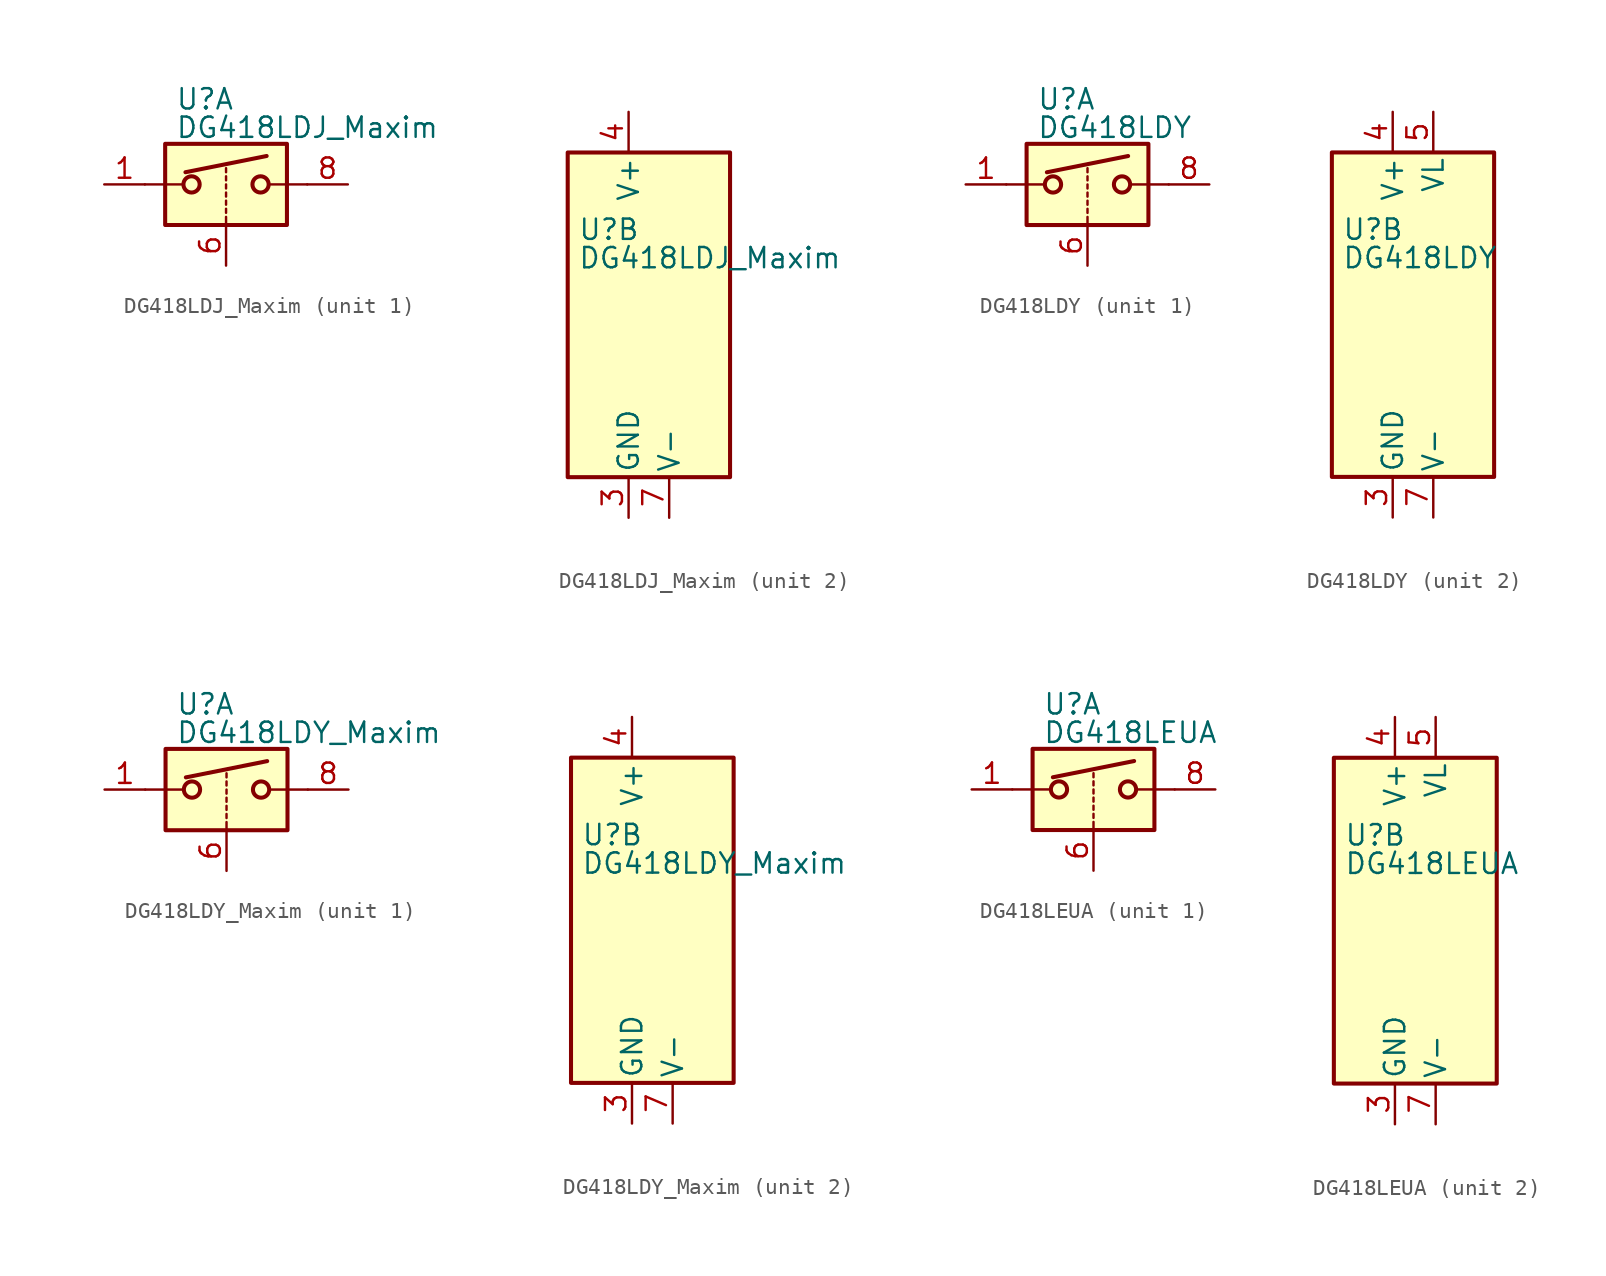
<source format=kicad_sym>
(kicad_symbol_lib
  (version 20201005)
  (generator kicad_symbol_editor)
  (symbol "Analog_Switch:DG418LDJ_Maxim"
    (pin_names
      (offset 0.254))
    (property "Reference" "U"
      (at -3.175 5.334 0)
      (effects (font (size 1.27 1.27)) (justify left)))
    (property "Value" "DG418LDJ_Maxim"
      (at -3.175 3.556 0)
      (effects (font (size 1.27 1.27)) (justify left)))
    (symbol "DG418LDJ_Maxim_1_1"
      (circle (center -2.159 0) (radius 0.508) (stroke (width 0.254)) (fill (type none)))
      (circle (center 2.159 0) (radius 0.508) (stroke (width 0.254)) (fill (type none)))
      (rectangle (start -3.81 2.54) (end 3.81 -2.54) (stroke (width 0.254)) (fill (type background)))
      (polyline (pts (xy -5.08 0) (xy -2.794 0)) (stroke (width 0)) (fill (type none)))
      (polyline (pts (xy -2.54 0.762) (xy 2.54 1.778)) (stroke (width 0.254)) (fill (type none)))
      (polyline (pts (xy 0 -2.54) (xy 0 -2.032)) (stroke (width 0)) (fill (type none)))
      (polyline (pts (xy 0 -1.778) (xy 0 -1.524)) (stroke (width 0)) (fill (type none)))
      (polyline (pts (xy 0 -1.27) (xy 0 -1.016)) (stroke (width 0)) (fill (type none)))
      (polyline (pts (xy 0 -0.762) (xy 0 -0.508)) (stroke (width 0)) (fill (type none)))
      (polyline (pts (xy 0 -0.254) (xy 0 0)) (stroke (width 0)) (fill (type none)))
      (polyline (pts (xy 0 0.254) (xy 0 0.508)) (stroke (width 0)) (fill (type none)))
      (polyline (pts (xy 0 0.762) (xy 0 1.016)) (stroke (width 0)) (fill (type none)))
      (polyline (pts (xy 5.08 0) (xy 2.794 0)) (stroke (width 0)) (fill (type none)))
      (pin passive line (at -7.62 0 0) (length 2.54) (name "~" (effects (font (size 1.27 1.27)))) (number "1" (effects (font (size 1.27 1.27)))))
      (pin input line (at 0 -5.08 90) (length 2.54) (name "~" (effects (font (size 1.27 1.27)))) (number "6" (effects (font (size 1.27 1.27)))))
      (pin passive line (at 7.62 0 180) (length 2.54) (name "~" (effects (font (size 1.27 1.27)))) (number "8" (effects (font (size 1.27 1.27))))))
    (symbol "DG418LDJ_Maxim_2_0"
      (pin no_connect line (at -2.54 10.16 270) (length 2.54) hide (name "NC" (effects (font (size 1.27 1.27)))) (number "2" (effects (font (size 1.27 1.27)))))
      (pin power_in line (at 0 -12.7 90) (length 2.54) (name "GND" (effects (font (size 1.27 1.27)))) (number "3" (effects (font (size 1.27 1.27)))))
      (pin power_in line (at 0 12.7 270) (length 2.54) (name "V+" (effects (font (size 1.27 1.27)))) (number "4" (effects (font (size 1.27 1.27)))))
      (pin no_connect line (at 2.54 10.16 270) (length 2.54) hide (name "NC" (effects (font (size 1.27 1.27)))) (number "5" (effects (font (size 1.27 1.27)))))
      (pin power_in line (at 2.54 -12.7 90) (length 2.54) (name "V-" (effects (font (size 1.27 1.27)))) (number "7" (effects (font (size 1.27 1.27))))))
    (symbol "DG418LDJ_Maxim_2_1"
      (rectangle (start -3.81 10.16) (end 6.35 -10.16) (stroke (width 0.254)) (fill (type background)))))
  (symbol "Analog_Switch:DG418LDY"
    (pin_names
      (offset 0.254))
    (property "Reference" "U"
      (at -3.175 5.334 0)
      (effects (font (size 1.27 1.27)) (justify left)))
    (property "Value" "DG418LDY"
      (at -3.175 3.556 0)
      (effects (font (size 1.27 1.27)) (justify left)))
    (symbol "DG418LDY_1_1"
      (circle (center -2.159 0) (radius 0.508) (stroke (width 0.254)) (fill (type none)))
      (circle (center 2.159 0) (radius 0.508) (stroke (width 0.254)) (fill (type none)))
      (rectangle (start -3.81 2.54) (end 3.81 -2.54) (stroke (width 0.254)) (fill (type background)))
      (polyline (pts (xy -5.08 0) (xy -2.794 0)) (stroke (width 0)) (fill (type none)))
      (polyline (pts (xy -2.54 0.762) (xy 2.54 1.778)) (stroke (width 0.254)) (fill (type none)))
      (polyline (pts (xy 0 -2.54) (xy 0 -2.032)) (stroke (width 0)) (fill (type none)))
      (polyline (pts (xy 0 -1.778) (xy 0 -1.524)) (stroke (width 0)) (fill (type none)))
      (polyline (pts (xy 0 -1.27) (xy 0 -1.016)) (stroke (width 0)) (fill (type none)))
      (polyline (pts (xy 0 -0.762) (xy 0 -0.508)) (stroke (width 0)) (fill (type none)))
      (polyline (pts (xy 0 -0.254) (xy 0 0)) (stroke (width 0)) (fill (type none)))
      (polyline (pts (xy 0 0.254) (xy 0 0.508)) (stroke (width 0)) (fill (type none)))
      (polyline (pts (xy 0 0.762) (xy 0 1.016)) (stroke (width 0)) (fill (type none)))
      (polyline (pts (xy 5.08 0) (xy 2.794 0)) (stroke (width 0)) (fill (type none)))
      (pin passive line (at -7.62 0 0) (length 2.54) (name "~" (effects (font (size 1.27 1.27)))) (number "1" (effects (font (size 1.27 1.27)))))
      (pin input line (at 0 -5.08 90) (length 2.54) (name "~" (effects (font (size 1.27 1.27)))) (number "6" (effects (font (size 1.27 1.27)))))
      (pin passive line (at 7.62 0 180) (length 2.54) (name "~" (effects (font (size 1.27 1.27)))) (number "8" (effects (font (size 1.27 1.27))))))
    (symbol "DG418LDY_2_0"
      (pin no_connect line (at -2.54 10.16 270) (length 2.54) hide (name "NC" (effects (font (size 1.27 1.27)))) (number "2" (effects (font (size 1.27 1.27)))))
      (pin power_in line (at 0 -12.7 90) (length 2.54) (name "GND" (effects (font (size 1.27 1.27)))) (number "3" (effects (font (size 1.27 1.27)))))
      (pin power_in line (at 0 12.7 270) (length 2.54) (name "V+" (effects (font (size 1.27 1.27)))) (number "4" (effects (font (size 1.27 1.27)))))
      (pin power_in line (at 2.54 12.7 270) (length 2.54) (name "VL" (effects (font (size 1.27 1.27)))) (number "5" (effects (font (size 1.27 1.27)))))
      (pin power_in line (at 2.54 -12.7 90) (length 2.54) (name "V-" (effects (font (size 1.27 1.27)))) (number "7" (effects (font (size 1.27 1.27))))))
    (symbol "DG418LDY_2_1"
      (rectangle (start -3.81 10.16) (end 6.35 -10.16) (stroke (width 0.254)) (fill (type background)))))
  (symbol "Analog_Switch:DG418LDY_Maxim"
    (pin_names
      (offset 0.254))
    (property "Reference" "U"
      (at -3.175 5.334 0)
      (effects (font (size 1.27 1.27)) (justify left)))
    (property "Value" "DG418LDY_Maxim"
      (at -3.175 3.556 0)
      (effects (font (size 1.27 1.27)) (justify left)))
    (symbol "DG418LDY_Maxim_1_1"
      (circle (center -2.159 0) (radius 0.508) (stroke (width 0.254)) (fill (type none)))
      (circle (center 2.159 0) (radius 0.508) (stroke (width 0.254)) (fill (type none)))
      (rectangle (start -3.81 2.54) (end 3.81 -2.54) (stroke (width 0.254)) (fill (type background)))
      (polyline (pts (xy -5.08 0) (xy -2.794 0)) (stroke (width 0)) (fill (type none)))
      (polyline (pts (xy -2.54 0.762) (xy 2.54 1.778)) (stroke (width 0.254)) (fill (type none)))
      (polyline (pts (xy 0 -2.54) (xy 0 -2.032)) (stroke (width 0)) (fill (type none)))
      (polyline (pts (xy 0 -1.778) (xy 0 -1.524)) (stroke (width 0)) (fill (type none)))
      (polyline (pts (xy 0 -1.27) (xy 0 -1.016)) (stroke (width 0)) (fill (type none)))
      (polyline (pts (xy 0 -0.762) (xy 0 -0.508)) (stroke (width 0)) (fill (type none)))
      (polyline (pts (xy 0 -0.254) (xy 0 0)) (stroke (width 0)) (fill (type none)))
      (polyline (pts (xy 0 0.254) (xy 0 0.508)) (stroke (width 0)) (fill (type none)))
      (polyline (pts (xy 0 0.762) (xy 0 1.016)) (stroke (width 0)) (fill (type none)))
      (polyline (pts (xy 5.08 0) (xy 2.794 0)) (stroke (width 0)) (fill (type none)))
      (pin passive line (at -7.62 0 0) (length 2.54) (name "~" (effects (font (size 1.27 1.27)))) (number "1" (effects (font (size 1.27 1.27)))))
      (pin input line (at 0 -5.08 90) (length 2.54) (name "~" (effects (font (size 1.27 1.27)))) (number "6" (effects (font (size 1.27 1.27)))))
      (pin passive line (at 7.62 0 180) (length 2.54) (name "~" (effects (font (size 1.27 1.27)))) (number "8" (effects (font (size 1.27 1.27))))))
    (symbol "DG418LDY_Maxim_2_0"
      (pin no_connect line (at -2.54 10.16 270) (length 2.54) hide (name "NC" (effects (font (size 1.27 1.27)))) (number "2" (effects (font (size 1.27 1.27)))))
      (pin power_in line (at 0 -12.7 90) (length 2.54) (name "GND" (effects (font (size 1.27 1.27)))) (number "3" (effects (font (size 1.27 1.27)))))
      (pin power_in line (at 0 12.7 270) (length 2.54) (name "V+" (effects (font (size 1.27 1.27)))) (number "4" (effects (font (size 1.27 1.27)))))
      (pin no_connect line (at 2.54 10.16 270) (length 2.54) hide (name "NC" (effects (font (size 1.27 1.27)))) (number "5" (effects (font (size 1.27 1.27)))))
      (pin power_in line (at 2.54 -12.7 90) (length 2.54) (name "V-" (effects (font (size 1.27 1.27)))) (number "7" (effects (font (size 1.27 1.27))))))
    (symbol "DG418LDY_Maxim_2_1"
      (rectangle (start -3.81 10.16) (end 6.35 -10.16) (stroke (width 0.254)) (fill (type background)))))
  (symbol "Analog_Switch:DG418LEUA"
    (pin_names
      (offset 0.254))
    (property "Reference" "U"
      (at -3.175 5.334 0)
      (effects (font (size 1.27 1.27)) (justify left)))
    (property "Value" "DG418LEUA"
      (at -3.175 3.556 0)
      (effects (font (size 1.27 1.27)) (justify left)))
    (symbol "DG418LEUA_1_1"
      (circle (center -2.159 0) (radius 0.508) (stroke (width 0.254)) (fill (type none)))
      (circle (center 2.159 0) (radius 0.508) (stroke (width 0.254)) (fill (type none)))
      (rectangle (start -3.81 2.54) (end 3.81 -2.54) (stroke (width 0.254)) (fill (type background)))
      (polyline (pts (xy -5.08 0) (xy -2.794 0)) (stroke (width 0)) (fill (type none)))
      (polyline (pts (xy -2.54 0.762) (xy 2.54 1.778)) (stroke (width 0.254)) (fill (type none)))
      (polyline (pts (xy 0 -2.54) (xy 0 -2.032)) (stroke (width 0)) (fill (type none)))
      (polyline (pts (xy 0 -1.778) (xy 0 -1.524)) (stroke (width 0)) (fill (type none)))
      (polyline (pts (xy 0 -1.27) (xy 0 -1.016)) (stroke (width 0)) (fill (type none)))
      (polyline (pts (xy 0 -0.762) (xy 0 -0.508)) (stroke (width 0)) (fill (type none)))
      (polyline (pts (xy 0 -0.254) (xy 0 0)) (stroke (width 0)) (fill (type none)))
      (polyline (pts (xy 0 0.254) (xy 0 0.508)) (stroke (width 0)) (fill (type none)))
      (polyline (pts (xy 0 0.762) (xy 0 1.016)) (stroke (width 0)) (fill (type none)))
      (polyline (pts (xy 5.08 0) (xy 2.794 0)) (stroke (width 0)) (fill (type none)))
      (pin passive line (at -7.62 0 0) (length 2.54) (name "~" (effects (font (size 1.27 1.27)))) (number "1" (effects (font (size 1.27 1.27)))))
      (pin input line (at 0 -5.08 90) (length 2.54) (name "~" (effects (font (size 1.27 1.27)))) (number "6" (effects (font (size 1.27 1.27)))))
      (pin passive line (at 7.62 0 180) (length 2.54) (name "~" (effects (font (size 1.27 1.27)))) (number "8" (effects (font (size 1.27 1.27))))))
    (symbol "DG418LEUA_2_0"
      (pin no_connect line (at -2.54 10.16 270) (length 2.54) hide (name "NC" (effects (font (size 1.27 1.27)))) (number "2" (effects (font (size 1.27 1.27)))))
      (pin power_in line (at 0 -12.7 90) (length 2.54) (name "GND" (effects (font (size 1.27 1.27)))) (number "3" (effects (font (size 1.27 1.27)))))
      (pin power_in line (at 0 12.7 270) (length 2.54) (name "V+" (effects (font (size 1.27 1.27)))) (number "4" (effects (font (size 1.27 1.27)))))
      (pin power_in line (at 2.54 12.7 270) (length 2.54) (name "VL" (effects (font (size 1.27 1.27)))) (number "5" (effects (font (size 1.27 1.27)))))
      (pin power_in line (at 2.54 -12.7 90) (length 2.54) (name "V-" (effects (font (size 1.27 1.27)))) (number "7" (effects (font (size 1.27 1.27))))))
    (symbol "DG418LEUA_2_1"
      (rectangle (start -3.81 10.16) (end 6.35 -10.16) (stroke (width 0.254)) (fill (type background))))))
</source>
